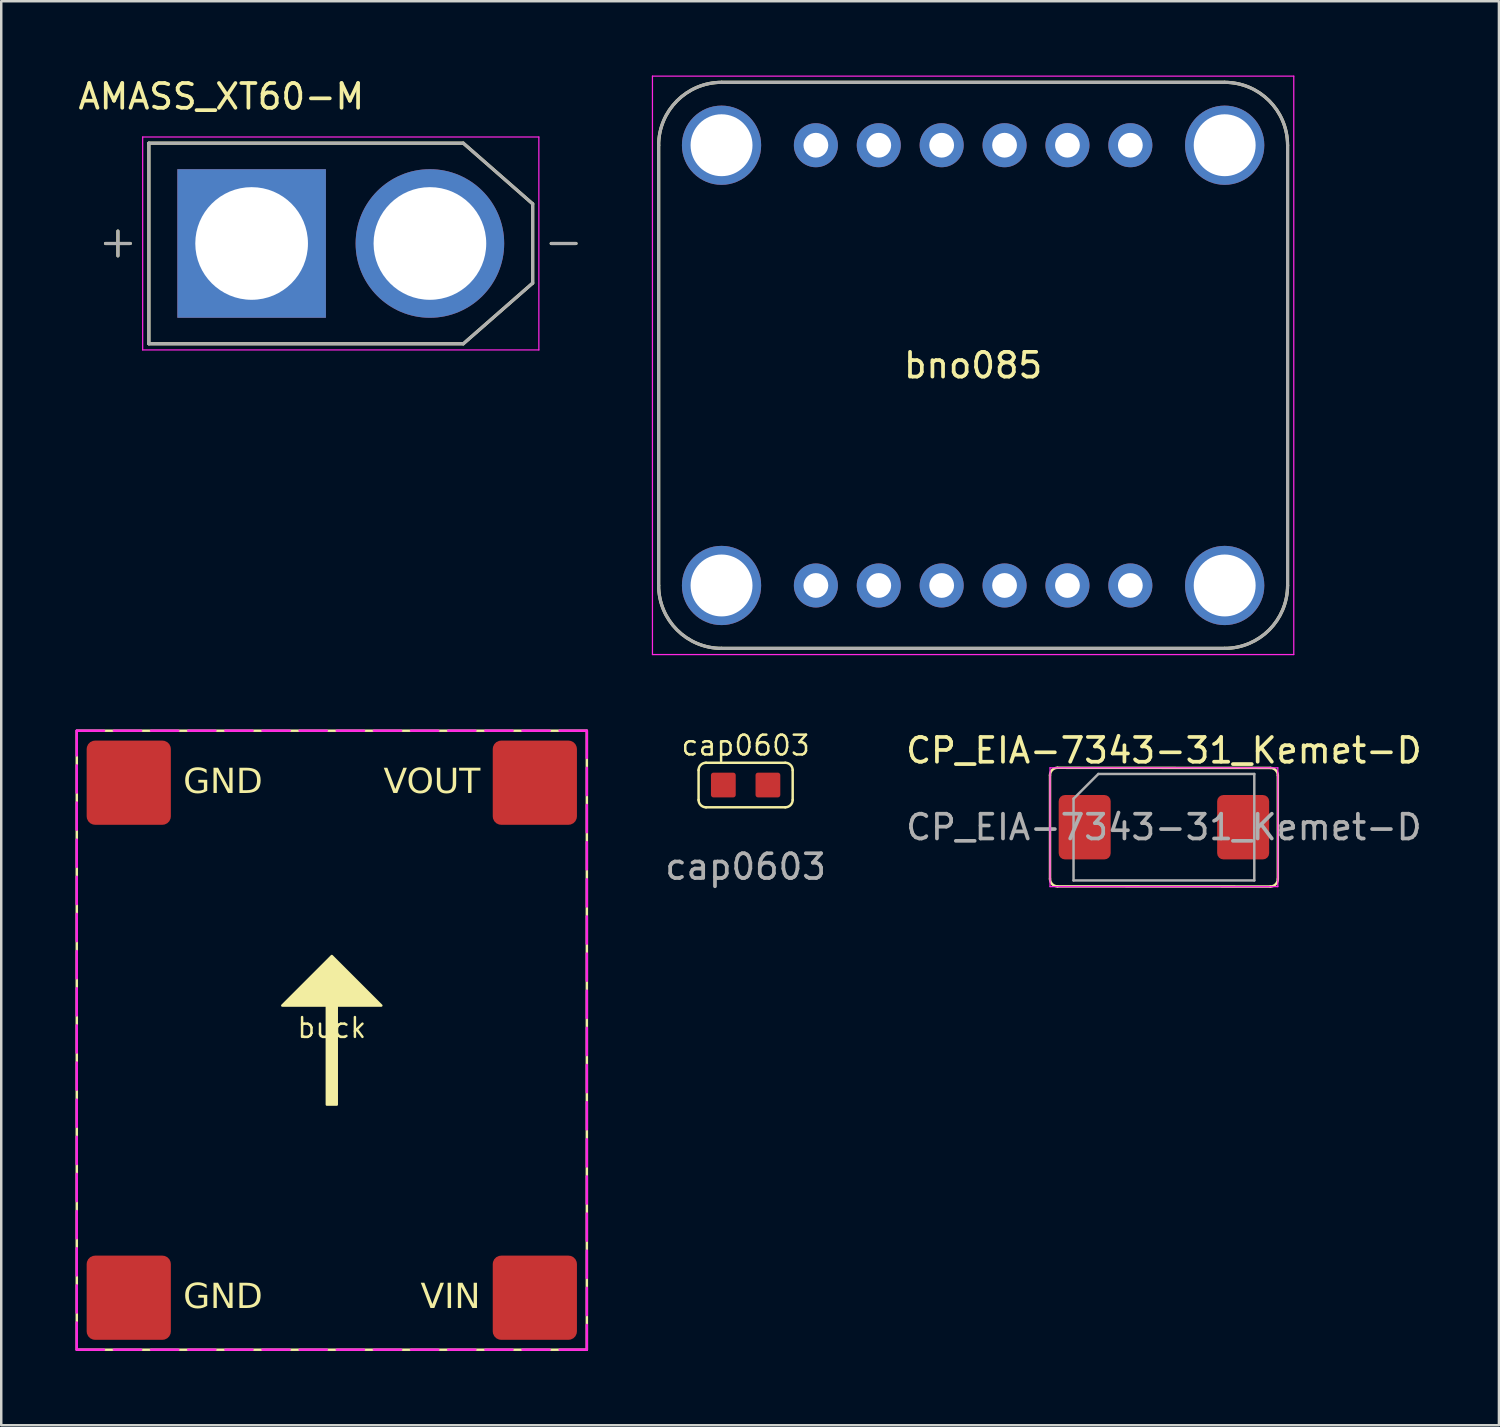
<source format=kicad_pcb>
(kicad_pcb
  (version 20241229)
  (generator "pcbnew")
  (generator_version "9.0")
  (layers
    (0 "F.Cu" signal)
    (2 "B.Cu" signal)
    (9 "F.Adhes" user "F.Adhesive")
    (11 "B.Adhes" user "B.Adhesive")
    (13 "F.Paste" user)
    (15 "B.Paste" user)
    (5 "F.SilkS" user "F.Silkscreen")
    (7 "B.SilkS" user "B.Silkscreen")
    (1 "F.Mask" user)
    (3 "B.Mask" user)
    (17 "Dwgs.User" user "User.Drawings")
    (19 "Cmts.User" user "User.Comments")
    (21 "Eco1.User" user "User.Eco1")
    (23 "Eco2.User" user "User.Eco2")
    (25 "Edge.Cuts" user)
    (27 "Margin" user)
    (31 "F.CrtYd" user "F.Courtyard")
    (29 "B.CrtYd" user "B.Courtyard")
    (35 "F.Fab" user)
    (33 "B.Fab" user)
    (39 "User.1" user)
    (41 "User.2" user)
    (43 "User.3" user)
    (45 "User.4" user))
  (footprint "bno085"
    (layer "F.Cu")
    (at 36.25 11.705)
    (property "Reference" "bno085" (at 0 0 0) (layer "F.SilkS") (effects (font (size 1 1) (thickness 0.15))))
    (attr through_hole)
    (fp_line (start -12.7 -8.89) (end -12.7 8.89) (stroke (width 0.127) (type solid)) (layer "F.SilkS"))
    (fp_line (start -10.16 11.43) (end 10.16 11.43) (stroke (width 0.127) (type solid)) (layer "F.SilkS"))
    (fp_line (start 10.16 -11.43) (end -10.16 -11.43) (stroke (width 0.127) (type solid)) (layer "F.SilkS"))
    (fp_line (start 12.7 8.89) (end 12.7 -8.89) (stroke (width 0.127) (type solid)) (layer "F.SilkS"))
    (fp_arc (start -12.7 -8.89) (mid -11.956051 -10.686051) (end -10.16 -11.43) (stroke (width 0.127) (type solid)) (layer "F.SilkS"))
    (fp_arc (start -10.16 11.43) (mid -11.956051 10.686051) (end -12.7 8.89) (stroke (width 0.127) (type solid)) (layer "F.SilkS"))
    (fp_arc (start 10.16 -11.43) (mid 11.956051 -10.686051) (end 12.7 -8.89) (stroke (width 0.127) (type solid)) (layer "F.SilkS"))
    (fp_arc (start 12.7 8.89) (mid 11.956051 10.686051) (end 10.16 11.43) (stroke (width 0.127) (type solid)) (layer "F.SilkS"))
    (fp_line (start -12.95 -11.68) (end -12.95 11.68) (stroke (width 0.05) (type solid)) (layer "F.CrtYd"))
    (fp_line (start -12.95 11.68) (end 12.95 11.68) (stroke (width 0.05) (type solid)) (layer "F.CrtYd"))
    (fp_line (start 12.95 -11.68) (end -12.95 -11.68) (stroke (width 0.05) (type solid)) (layer "F.CrtYd"))
    (fp_line (start 12.95 11.68) (end 12.95 -11.68) (stroke (width 0.05) (type solid)) (layer "F.CrtYd"))
    (fp_line (start -12.7 -8.89) (end -12.7 8.89) (stroke (width 0.127) (type solid)) (layer "F.Fab"))
    (fp_line (start -10.16 11.43) (end 10.16 11.43) (stroke (width 0.127) (type solid)) (layer "F.Fab"))
    (fp_line (start 10.16 -11.43) (end -10.16 -11.43) (stroke (width 0.127) (type solid)) (layer "F.Fab"))
    (fp_line (start 12.7 8.89) (end 12.7 -8.89) (stroke (width 0.127) (type solid)) (layer "F.Fab"))
    (fp_arc (start -12.7 -8.89) (mid -11.956051 -10.686051) (end -10.16 -11.43) (stroke (width 0.127) (type solid)) (layer "F.Fab"))
    (fp_arc (start -10.16 11.43) (mid -11.956051 10.686051) (end -12.7 8.89) (stroke (width 0.127) (type solid)) (layer "F.Fab"))
    (fp_arc (start 10.16 -11.43) (mid 11.956051 -10.686051) (end 12.7 -8.89) (stroke (width 0.127) (type solid)) (layer "F.Fab"))
    (fp_arc (start 12.7 8.89) (mid 11.956051 10.686051) (end 10.16 11.43) (stroke (width 0.127) (type solid)) (layer "F.Fab"))
    (pad "JP1_1" thru_hole circle (at -6.35 8.89) (size 1.778 1.778) (drill 1) (layers "*.Cu" "*.Mask"))
    (pad "JP1_2" thru_hole circle (at -3.81 8.89) (size 1.778 1.778) (drill 1) (layers "*.Cu" "*.Mask"))
    (pad "JP1_3" thru_hole circle (at -1.27 8.89) (size 1.778 1.778) (drill 1) (layers "*.Cu" "*.Mask"))
    (pad "JP1_4" thru_hole circle (at 1.27 8.89) (size 1.778 1.778) (drill 1) (layers "*.Cu" "*.Mask"))
    (pad "JP1_5" thru_hole circle (at 3.81 8.89) (size 1.778 1.778) (drill 1) (layers "*.Cu" "*.Mask"))
    (pad "JP1_6" thru_hole circle (at 6.35 8.89) (size 1.778 1.778) (drill 1) (layers "*.Cu" "*.Mask"))
    (pad "JP2_1" thru_hole circle (at -6.35 -8.89) (size 1.778 1.778) (drill 1) (layers "*.Cu" "*.Mask"))
    (pad "JP2_2" thru_hole circle (at -3.81 -8.89) (size 1.778 1.778) (drill 1) (layers "*.Cu" "*.Mask"))
    (pad "JP2_3" thru_hole circle (at -1.27 -8.89) (size 1.778 1.778) (drill 1) (layers "*.Cu" "*.Mask"))
    (pad "JP2_4" thru_hole circle (at 1.27 -8.89) (size 1.778 1.778) (drill 1) (layers "*.Cu" "*.Mask"))
    (pad "JP2_5" thru_hole circle (at 3.81 -8.89) (size 1.778 1.778) (drill 1) (layers "*.Cu" "*.Mask"))
    (pad "JP2_6" thru_hole circle (at 6.35 -8.89) (size 1.778 1.778) (drill 1) (layers "*.Cu" "*.Mask"))
    (pad "P1" thru_hole circle (at -10.16 -8.89) (size 3.2 3.2) (drill 2.5) (layers "*.Cu" "*.Mask"))
    (pad "P2" thru_hole circle (at 10.16 -8.89) (size 3.2 3.2) (drill 2.5) (layers "*.Cu" "*.Mask"))
    (pad "P3" thru_hole circle (at -10.16 8.89) (size 3.2 3.2) (drill 2.5) (layers "*.Cu" "*.Mask"))
    (pad "P4" thru_hole circle (at 10.16 8.89) (size 3.2 3.2) (drill 2.5) (layers "*.Cu" "*.Mask")))
  (footprint "AMASS_XT60-M"
    (layer "F.Cu")
    (at 10.712 6.783)
    (property "Reference" "AMASS_XT60-M" (at -4.825 -5.935 0) (layer "F.SilkS") (effects (font (size 1 1) (thickness 0.15))))
    (attr through_hole)
    (fp_line (start -9.5 0) (end -8.5 0) (stroke (width 0.127) (type solid)) (layer "F.SilkS"))
    (fp_line (start -9 -0.5) (end -9 0.5) (stroke (width 0.127) (type solid)) (layer "F.SilkS"))
    (fp_line (start -7.75 -4.05) (end 4.95 -4.05) (stroke (width 0.127) (type solid)) (layer "F.SilkS"))
    (fp_line (start -7.75 4.05) (end -7.75 -4.05) (stroke (width 0.127) (type solid)) (layer "F.SilkS"))
    (fp_line (start 4.95 -4.05) (end 7.75 -1.6) (stroke (width 0.127) (type solid)) (layer "F.SilkS"))
    (fp_line (start 4.95 4.05) (end -7.75 4.05) (stroke (width 0.127) (type solid)) (layer "F.SilkS"))
    (fp_line (start 7.75 -1.6) (end 7.75 1.6) (stroke (width 0.127) (type solid)) (layer "F.SilkS"))
    (fp_line (start 7.75 1.6) (end 4.95 4.05) (stroke (width 0.127) (type solid)) (layer "F.SilkS"))
    (fp_line (start 8.5 0) (end 9.5 0) (stroke (width 0.127) (type solid)) (layer "F.SilkS"))
    (fp_line (start -8 -4.3) (end -8 4.3) (stroke (width 0.05) (type solid)) (layer "F.CrtYd"))
    (fp_line (start -8 4.3) (end 8 4.3) (stroke (width 0.05) (type solid)) (layer "F.CrtYd"))
    (fp_line (start 8 -4.3) (end -8 -4.3) (stroke (width 0.05) (type solid)) (layer "F.CrtYd"))
    (fp_line (start 8 4.3) (end 8 -4.3) (stroke (width 0.05) (type solid)) (layer "F.CrtYd"))
    (fp_line (start -9.5 0) (end -8.5 0) (stroke (width 0.127) (type solid)) (layer "F.Fab"))
    (fp_line (start -9 -0.5) (end -9 0.5) (stroke (width 0.127) (type solid)) (layer "F.Fab"))
    (fp_line (start -7.75 -4.05) (end 4.95 -4.05) (stroke (width 0.127) (type solid)) (layer "F.Fab"))
    (fp_line (start -7.75 4.05) (end -7.75 -4.05) (stroke (width 0.127) (type solid)) (layer "F.Fab"))
    (fp_line (start 4.95 -4.05) (end 7.75 -1.6) (stroke (width 0.127) (type solid)) (layer "F.Fab"))
    (fp_line (start 4.95 4.05) (end -7.75 4.05) (stroke (width 0.127) (type solid)) (layer "F.Fab"))
    (fp_line (start 7.75 -1.6) (end 7.75 1.6) (stroke (width 0.127) (type solid)) (layer "F.Fab"))
    (fp_line (start 7.75 1.6) (end 4.95 4.05) (stroke (width 0.127) (type solid)) (layer "F.Fab"))
    (fp_line (start 8.5 0) (end 9.5 0) (stroke (width 0.127) (type solid)) (layer "F.Fab"))
    (pad "1" thru_hole circle (at 3.6 0) (size 6 6) (drill 4.55) (layers "*.Cu" "*.Mask"))
    (pad "2" thru_hole rect (at -3.6 0) (size 6 6) (drill 4.55) (layers "*.Cu" "*.Mask")))
  (footprint "CP_EIA-7343-31_Kemet-D"
    (layer "F.Cu")
    (at 43.956 30.358)
    (property "Reference" "CP_EIA-7343-31_Kemet-D" (at 0 -3.1 0) (layer "F.SilkS") (effects (font (size 1 1) (thickness 0.15))))
    (attr smd)
    (fp_line (start -4.6 -2.1) (end -4.6 2.088) (stroke (width 0.1) (type default)) (layer "F.SilkS"))
    (fp_line (start -4.3 -2.4) (end 4.3 -2.394) (stroke (width 0.1) (type default)) (layer "F.SilkS"))
    (fp_line (start -4.3 2.388) (end 4.3 2.394) (stroke (width 0.1) (type default)) (layer "F.SilkS"))
    (fp_line (start 4.6 2.094) (end 4.6 -2.094) (stroke (width 0.1) (type default)) (layer "F.SilkS"))
    (fp_arc (start -4.6 -2.1) (mid -4.512132 -2.312132) (end -4.3 -2.4) (stroke (width 0.1) (type default)) (layer "F.SilkS"))
    (fp_arc (start -4.3 2.387868) (mid -4.512132 2.3) (end -4.6 2.087868) (stroke (width 0.1) (type default)) (layer "F.SilkS"))
    (fp_arc (start 4.3 -2.393934) (mid 4.512133 -2.306066) (end 4.6 -2.093934) (stroke (width 0.1) (type default)) (layer "F.SilkS"))
    (fp_arc (start 4.6 2.093934) (mid 4.512132 2.306066) (end 4.3 2.393934) (stroke (width 0.1) (type default)) (layer "F.SilkS"))
    (fp_line (start -4.6 -2.4) (end 4.6 -2.4) (stroke (width 0.05) (type solid)) (layer "F.CrtYd"))
    (fp_line (start -4.6 2.4) (end -4.6 -2.4) (stroke (width 0.05) (type solid)) (layer "F.CrtYd"))
    (fp_line (start 4.6 -2.4) (end 4.6 2.4) (stroke (width 0.05) (type solid)) (layer "F.CrtYd"))
    (fp_line (start 4.6 2.4) (end -4.6 2.4) (stroke (width 0.05) (type solid)) (layer "F.CrtYd"))
    (fp_line (start -3.65 -1.15) (end -3.65 2.15) (stroke (width 0.1) (type solid)) (layer "F.Fab"))
    (fp_line (start -3.65 2.15) (end 3.65 2.15) (stroke (width 0.1) (type solid)) (layer "F.Fab"))
    (fp_line (start -2.65 -2.15) (end -3.65 -1.15) (stroke (width 0.1) (type solid)) (layer "F.Fab"))
    (fp_line (start 3.65 -2.15) (end -2.65 -2.15) (stroke (width 0.1) (type solid)) (layer "F.Fab"))
    (fp_line (start 3.65 2.15) (end 3.65 -2.15) (stroke (width 0.1) (type solid)) (layer "F.Fab"))
    (fp_text user "${REFERENCE}" (at 0 0 0) (layer "F.Fab") (effects (font (size 1 1) (thickness 0.15))))
    (pad "1" smd roundrect (at -3.2 0) (size 2.1 2.6) (layers "F.Cu" "F.Mask" "F.Paste") (roundrect_rratio 0.12))
    (pad "2" smd roundrect (at 3.2 0) (size 2.1 2.6) (layers "F.Cu" "F.Mask" "F.Paste") (roundrect_rratio 0.12)))
  (footprint "cap0603"
    (layer "F.Cu")
    (at 27.063 28.654)
    (property "Reference" "cap0603" (at 0 -1.6 0) (unlocked yes) (layer "F.SilkS") (effects (font (size 0.8 0.8) (thickness 0.1))))
    (attr smd)
    (fp_line (start -1.9 0.6) (end -1.9 -0.6) (stroke (width 0.1) (type default)) (layer "F.SilkS"))
    (fp_line (start -1.6 -0.9) (end 1.6 -0.9) (stroke (width 0.1) (type default)) (layer "F.SilkS"))
    (fp_line (start -1.6 0.9) (end 1.6 0.9) (stroke (width 0.1) (type default)) (layer "F.SilkS"))
    (fp_line (start 1.9 -0.6) (end 1.9 0.6) (stroke (width 0.1) (type default)) (layer "F.SilkS"))
    (fp_arc (start -1.9 -0.6) (mid -1.812132 -0.812132) (end -1.6 -0.9) (stroke (width 0.1) (type default)) (layer "F.SilkS"))
    (fp_arc (start -1.6 0.9) (mid -1.812132 0.812132) (end -1.9 0.6) (stroke (width 0.1) (type default)) (layer "F.SilkS"))
    (fp_arc (start 1.6 -0.9) (mid 1.812132 -0.812132) (end 1.9 -0.6) (stroke (width 0.1) (type default)) (layer "F.SilkS"))
    (fp_arc (start 1.9 0.6) (mid 1.812132 0.812132) (end 1.6 0.9) (stroke (width 0.1) (type default)) (layer "F.SilkS"))
    (fp_text user "${REFERENCE}" (at 0 3.3 0) (unlocked yes) (layer "F.Fab") (effects (font (size 1 1) (thickness 0.15))))
    (pad "1" smd roundrect (at -0.9 0) (size 1 1) (layers "F.Cu" "F.Mask" "F.Paste") (roundrect_rratio 0.1))
    (pad "2" smd roundrect (at 0.9 0) (size 1 1) (layers "F.Cu" "F.Mask" "F.Paste") (roundrect_rratio 0.1)))
  (footprint "buck"
    (layer "F.Cu")
    (at 10.35 38.96)
    (property "Reference" "buck" (at 0 -0.5 0) (unlocked yes) (layer "F.SilkS") (effects (font (size 0.8 0.8) (thickness 0.1))))
    (attr smd)
    (fp_rect (start -10.3 -12.5) (end 10.3 12.5) (stroke (width 0.1) (type solid)) (fill no) (layer "F.SilkS"))
    (fp_poly (pts (xy 0 -3.4) (xy -2 -1.4) (xy -0.2 -1.4) (xy -0.2 2.6) (xy 0.2 2.6) (xy 0.2 -1.4) (xy 2 -1.4)) (stroke (width 0.1) (type solid)) (fill yes) (layer "F.SilkS"))
    (fp_rect (start -10.3 -12.5) (end 10.3 12.5) (stroke (width 0.1) (type dash)) (fill no) (layer "F.CrtYd"))
    (fp_text user "GND" (at -6 10.4 0) (unlocked yes) (layer "F.SilkS") (effects (font (face "Helvetica Neue") (size 1 1) (thickness 0.1)) (justify left)))
    (fp_text user "GND" (at -6 -10.4 0) (unlocked yes) (layer "F.SilkS") (effects (font (face "Helvetica Neue") (size 1 1) (thickness 0.1)) (justify left)))
    (fp_text user "VIN" (at 6 10.4 0) (unlocked yes) (layer "F.SilkS") (effects (font (face "Helvetica Neue") (size 1 1) (thickness 0.1)) (justify right)))
    (fp_text user "VOUT" (at 6 -10.4 0) (unlocked yes) (layer "F.SilkS") (effects (font (face "Helvetica Neue") (size 1 1) (thickness 0.1)) (justify right)))
    (pad "GND" smd roundrect (at -8.2 -10.4) (size 3.4 3.4) (layers "F.Cu" "F.Mask" "F.Paste") (roundrect_rratio 0.1))
    (pad "GND" smd roundrect (at -8.2 10.4) (size 3.4 3.4) (layers "F.Cu" "F.Mask" "F.Paste") (roundrect_rratio 0.1))
    (pad "VIN" smd roundrect (at 8.2 10.4 180) (size 3.4 3.4) (layers "F.Cu" "F.Mask" "F.Paste") (roundrect_rratio 0.1))
    (pad "VOUT" smd roundrect (at 8.2 -10.4) (size 3.4 3.4) (layers "F.Cu" "F.Mask" "F.Paste") (roundrect_rratio 0.1)))
  (gr_rect
    (start -3 -3)
    (end 57.486 54.51)
    (stroke (width 0.1) (type default))
    (fill no)
    (layer "Edge.Cuts")))
</source>
